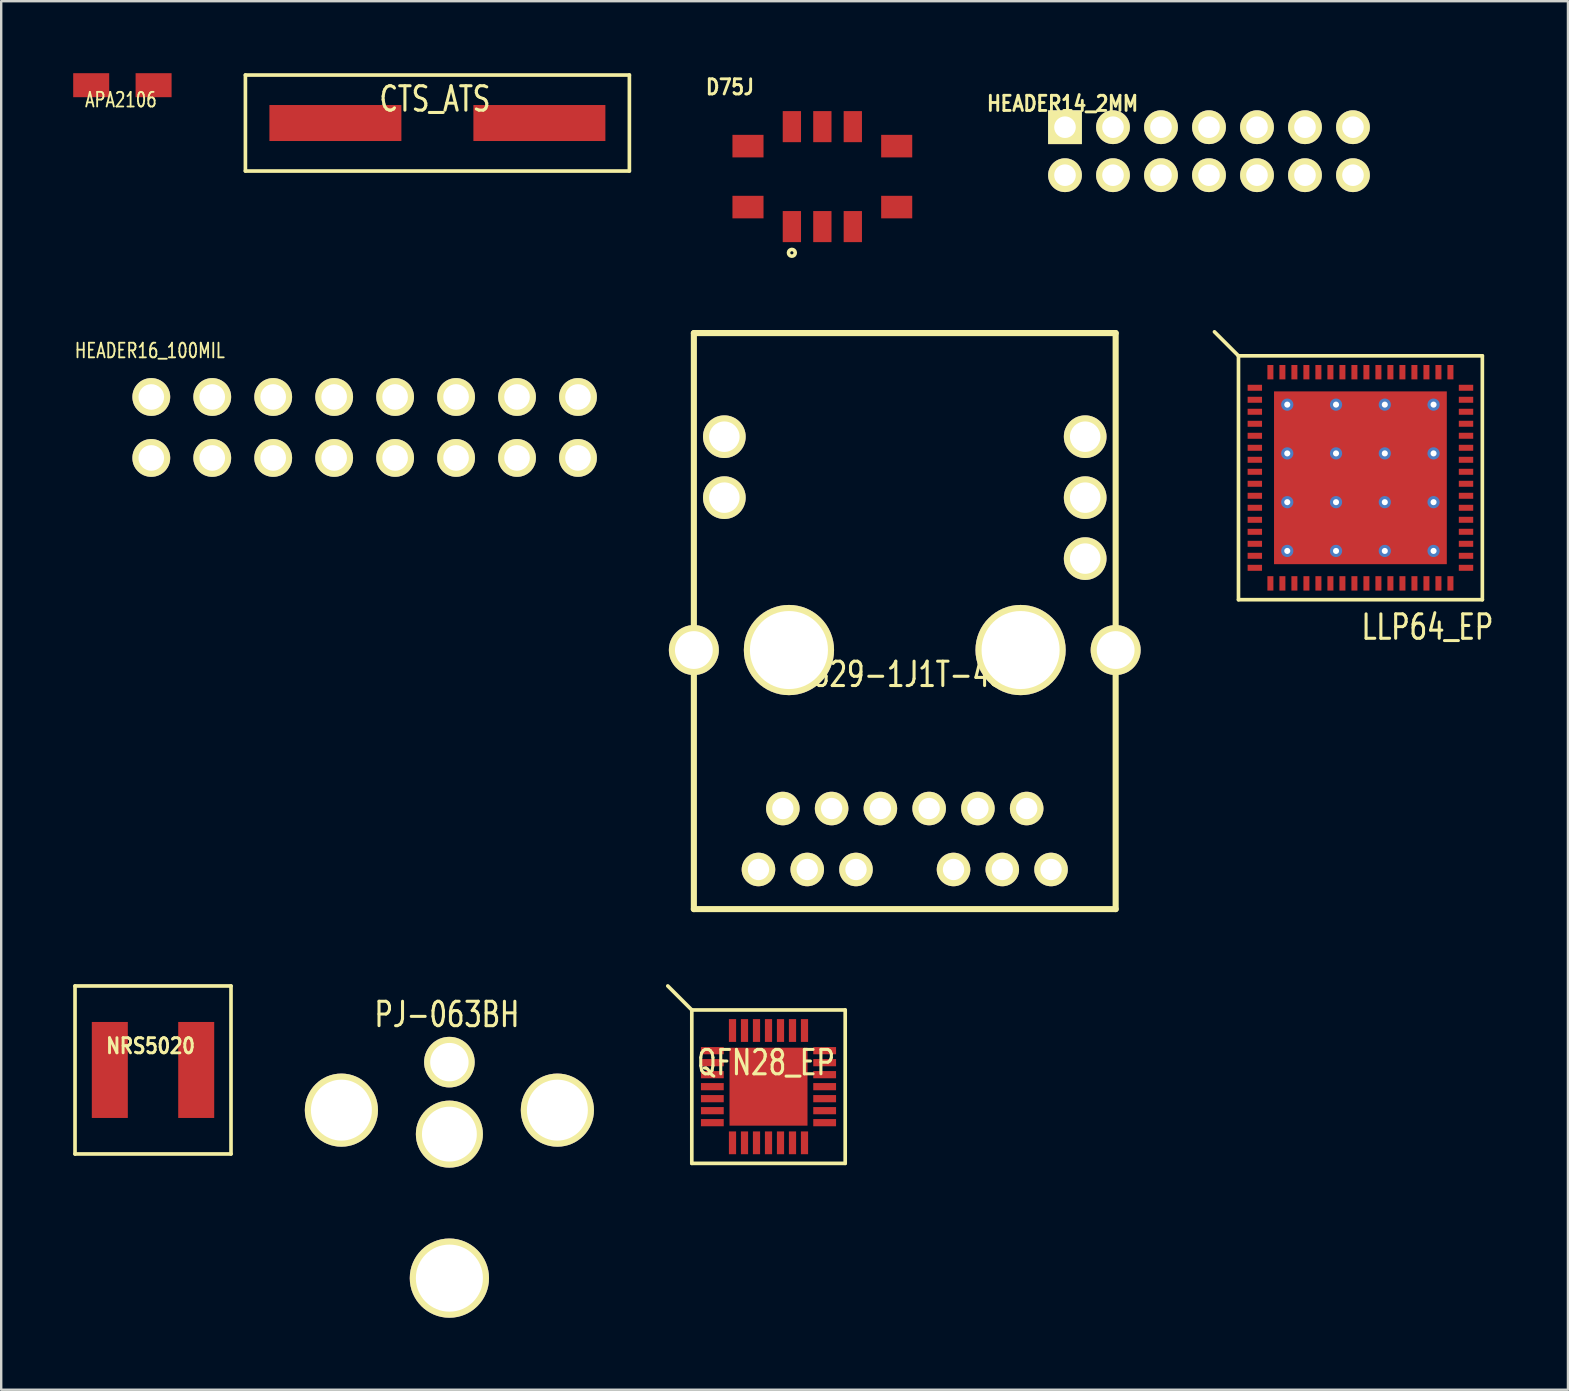
<source format=kicad_pcb>
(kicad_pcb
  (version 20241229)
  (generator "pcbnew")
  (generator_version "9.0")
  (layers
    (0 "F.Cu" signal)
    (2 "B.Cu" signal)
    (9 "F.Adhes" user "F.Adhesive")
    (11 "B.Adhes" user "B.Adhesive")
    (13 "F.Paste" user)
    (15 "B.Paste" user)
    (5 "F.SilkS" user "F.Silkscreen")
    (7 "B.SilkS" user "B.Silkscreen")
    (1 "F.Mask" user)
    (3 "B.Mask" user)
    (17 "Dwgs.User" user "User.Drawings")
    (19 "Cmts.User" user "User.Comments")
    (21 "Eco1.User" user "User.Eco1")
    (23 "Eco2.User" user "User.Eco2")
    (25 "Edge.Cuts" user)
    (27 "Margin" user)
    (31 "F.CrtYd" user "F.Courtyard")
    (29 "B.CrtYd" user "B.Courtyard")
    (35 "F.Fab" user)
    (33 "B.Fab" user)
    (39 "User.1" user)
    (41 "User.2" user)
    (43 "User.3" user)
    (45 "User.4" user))
  (footprint "D75J"
    (layer "F.Cu")
    (at 27.47 1.579)
    (property "Reference" "D75J" (at -0.102 -1 0) (layer "F.SilkS") (effects (font (size 0.63 0.54) (thickness 0.12))))
    (attr through_hole)
    (fp_circle (center 2.477 5.905) (end 2.603 5.969) (stroke (width 0.15) (type solid)) (fill no) (layer "F.SilkS"))
    (pad "1" smd rect (at 2.477 4.813 270) (size 1.295 0.762) (layers "F.Cu" "F.Mask" "F.Paste"))
    (pad "2" smd rect (at 3.747 4.813 270) (size 1.295 0.762) (layers "F.Cu" "F.Mask" "F.Paste"))
    (pad "3" smd rect (at 5.016 4.813 270) (size 1.295 0.762) (layers "F.Cu" "F.Mask" "F.Paste"))
    (pad "4" smd rect (at 6.845 4) (size 1.295 0.94) (layers "F.Cu" "F.Mask" "F.Paste"))
    (pad "5" smd rect (at 6.845 1.46) (size 1.295 0.94) (layers "F.Cu" "F.Mask" "F.Paste"))
    (pad "6" smd rect (at 5.016 0.648 90) (size 1.295 0.762) (layers "F.Cu" "F.Mask" "F.Paste"))
    (pad "7" smd rect (at 3.747 0.648 90) (size 1.295 0.762) (layers "F.Cu" "F.Mask" "F.Paste"))
    (pad "8" smd rect (at 2.477 0.648 90) (size 1.295 0.762) (layers "F.Cu" "F.Mask" "F.Paste"))
    (pad "9" smd rect (at 0.648 1.46) (size 1.295 0.94) (layers "F.Cu" "F.Mask" "F.Paste"))
    (pad "10" smd rect (at 0.648 4) (size 1.295 0.94) (layers "F.Cu" "F.Mask" "F.Paste")))
  (footprint "APA2106"
    (layer "F.Cu")
    (at 2.05 0.5)
    (property "Reference" "APA2106" (at -0.061 0.61 0) (layer "F.SilkS") (effects (font (size 0.61 0.457) (thickness 0.076))))
    (attr through_hole)
    (pad "1" smd rect (at -1.3 0) (size 1.5 1) (layers "F.Cu" "F.Mask" "F.Paste"))
    (pad "2" smd rect (at 1.3 0) (size 1.5 1) (layers "F.Cu" "F.Mask" "F.Paste")))
  (footprint "QFN28_EP"
    (layer "F.Cu")
    (at 28.973 42.231)
    (property "Reference" "QFN28_EP" (at -0.102 -1 0) (layer "F.SilkS") (effects (font (size 1.016 0.762) (thickness 0.127))))
    (attr through_hole)
    (fp_line (start -3.196 -3.196) (end -4.197 -4.197) (stroke (width 0.152) (type solid)) (layer "F.SilkS"))
    (fp_line (start -3.196 -3.196) (end 3.196 -3.196) (stroke (width 0.152) (type solid)) (layer "F.SilkS"))
    (fp_line (start -3.196 3.196) (end -3.196 -3.196) (stroke (width 0.152) (type solid)) (layer "F.SilkS"))
    (fp_line (start 3.196 -3.196) (end 3.196 3.196) (stroke (width 0.152) (type solid)) (layer "F.SilkS"))
    (fp_line (start 3.196 3.196) (end -3.196 3.196) (stroke (width 0.152) (type solid)) (layer "F.SilkS"))
    (pad "1" smd rect (at -2.34 -1.5) (size 0.95 0.3) (layers "F.Cu" "F.Mask" "F.Paste"))
    (pad "2" smd rect (at -2.34 -1) (size 0.95 0.3) (layers "F.Cu" "F.Mask" "F.Paste"))
    (pad "3" smd rect (at -2.34 -0.5) (size 0.95 0.3) (layers "F.Cu" "F.Mask" "F.Paste"))
    (pad "4" smd rect (at -2.34 0) (size 0.95 0.3) (layers "F.Cu" "F.Mask" "F.Paste"))
    (pad "5" smd rect (at -2.34 0.5) (size 0.95 0.3) (layers "F.Cu" "F.Mask" "F.Paste"))
    (pad "6" smd rect (at -2.34 1) (size 0.95 0.3) (layers "F.Cu" "F.Mask" "F.Paste"))
    (pad "7" smd rect (at -2.34 1.5) (size 0.95 0.3) (layers "F.Cu" "F.Mask" "F.Paste"))
    (pad "8" smd rect (at -1.5 2.34 270) (size 0.95 0.3) (layers "F.Cu" "F.Mask" "F.Paste"))
    (pad "9" smd rect (at -1 2.34 270) (size 0.95 0.3) (layers "F.Cu" "F.Mask" "F.Paste"))
    (pad "10" smd rect (at -0.5 2.34 270) (size 0.95 0.3) (layers "F.Cu" "F.Mask" "F.Paste"))
    (pad "11" smd rect (at 0 2.34 270) (size 0.95 0.3) (layers "F.Cu" "F.Mask" "F.Paste"))
    (pad "12" smd rect (at 0.5 2.34 270) (size 0.95 0.3) (layers "F.Cu" "F.Mask" "F.Paste"))
    (pad "13" smd rect (at 1 2.34 270) (size 0.95 0.3) (layers "F.Cu" "F.Mask" "F.Paste"))
    (pad "14" smd rect (at 1.5 2.34 270) (size 0.95 0.3) (layers "F.Cu" "F.Mask" "F.Paste"))
    (pad "15" smd rect (at 2.34 1.5) (size 0.95 0.3) (layers "F.Cu" "F.Mask" "F.Paste"))
    (pad "16" smd rect (at 2.34 1) (size 0.95 0.3) (layers "F.Cu" "F.Mask" "F.Paste"))
    (pad "17" smd rect (at 2.34 0.5) (size 0.95 0.3) (layers "F.Cu" "F.Mask" "F.Paste"))
    (pad "18" smd rect (at 2.34 0) (size 0.95 0.3) (layers "F.Cu" "F.Mask" "F.Paste"))
    (pad "19" smd rect (at 2.34 -0.5) (size 0.95 0.3) (layers "F.Cu" "F.Mask" "F.Paste"))
    (pad "20" smd rect (at 2.34 -1) (size 0.95 0.3) (layers "F.Cu" "F.Mask" "F.Paste"))
    (pad "21" smd rect (at 2.34 -1.5) (size 0.95 0.3) (layers "F.Cu" "F.Mask" "F.Paste"))
    (pad "22" smd rect (at 1.5 -2.34 270) (size 0.95 0.3) (layers "F.Cu" "F.Mask" "F.Paste"))
    (pad "23" smd rect (at 1 -2.34 270) (size 0.95 0.3) (layers "F.Cu" "F.Mask" "F.Paste"))
    (pad "24" smd rect (at 0.5 -2.34 270) (size 0.95 0.3) (layers "F.Cu" "F.Mask" "F.Paste"))
    (pad "25" smd rect (at 0 -2.34 270) (size 0.95 0.3) (layers "F.Cu" "F.Mask" "F.Paste"))
    (pad "26" smd rect (at -0.5 -2.34 270) (size 0.95 0.3) (layers "F.Cu" "F.Mask" "F.Paste"))
    (pad "27" smd rect (at -1 -2.34 270) (size 0.95 0.3) (layers "F.Cu" "F.Mask" "F.Paste"))
    (pad "28" smd rect (at -1.5 -2.34 270) (size 0.95 0.3) (layers "F.Cu" "F.Mask" "F.Paste"))
    (pad "29" smd rect (at 0 0) (size 3.25 3.25) (layers "F.Cu" "F.Mask" "F.Paste"))
    (pad "30" smd rect (at -0.572 -0.572) (size 0.864 0.864) (layers "F.Cu" "F.Mask" "F.Paste"))
    (pad "31" smd rect (at -0.572 0.572) (size 0.864 0.864) (layers "F.Cu" "F.Mask" "F.Paste"))
    (pad "32" smd rect (at 0.572 -0.572) (size 0.864 0.864) (layers "F.Cu" "F.Mask" "F.Paste"))
    (pad "33" smd rect (at 0.572 0.572) (size 0.864 0.864) (layers "F.Cu" "F.Mask" "F.Paste")))
  (footprint "PJ-063BH"
    (layer "F.Cu")
    (at 15.676 38.209)
    (property "Reference" "PJ-063BH" (at -0.102 1.016 0) (layer "F.SilkS") (effects (font (size 1.016 0.762) (thickness 0.127))))
    (attr through_hole)
    (pad "1" thru_hole circle (at 0 12) (size 3.302 3.302) (drill 2.794) (layers "*.Cu" "*.Mask" "F.SilkS"))
    (pad "2" thru_hole circle (at -4.5 5) (size 3.048 3.048) (drill 2.54) (layers "*.Cu" "*.Mask" "F.SilkS"))
    (pad "2" thru_hole circle (at 0 3) (size 2.108 2.108) (drill 1.6) (layers "*.Cu" "*.Mask" "F.SilkS"))
    (pad "2" thru_hole circle (at 0 6) (size 2.794 2.794) (drill 2.286) (layers "*.Cu" "*.Mask" "F.SilkS"))
    (pad "2" thru_hole circle (at 4.5 5) (size 3.048 3.048) (drill 2.54) (layers "*.Cu" "*.Mask" "F.SilkS")))
  (footprint "LLP64_EP"
    (layer "F.Cu")
    (at 53.638 16.859)
    (property "Reference" "LLP64_EP" (at 2.794 6.223 0) (layer "F.SilkS") (effects (font (size 1.016 0.762) (thickness 0.127))))
    (attr through_hole)
    (fp_line (start -5.081 -5.081) (end -6.082 -6.082) (stroke (width 0.152) (type solid)) (layer "F.SilkS"))
    (fp_line (start -5.081 -5.081) (end 5.081 -5.081) (stroke (width 0.152) (type solid)) (layer "F.SilkS"))
    (fp_line (start -5.081 5.081) (end -5.081 -5.081) (stroke (width 0.152) (type solid)) (layer "F.SilkS"))
    (fp_line (start 5.081 -5.081) (end 5.081 5.081) (stroke (width 0.152) (type solid)) (layer "F.SilkS"))
    (fp_line (start 5.081 5.081) (end -5.081 5.081) (stroke (width 0.152) (type solid)) (layer "F.SilkS"))
    (pad "1" smd rect (at -4.4 -3.751) (size 0.6 0.25) (layers "F.Cu" "F.Mask" "F.Paste"))
    (pad "2" smd rect (at -4.4 -3.251) (size 0.6 0.25) (layers "F.Cu" "F.Mask" "F.Paste"))
    (pad "3" smd rect (at -4.4 -2.751) (size 0.6 0.25) (layers "F.Cu" "F.Mask" "F.Paste"))
    (pad "4" smd rect (at -4.4 -2.25) (size 0.6 0.25) (layers "F.Cu" "F.Mask" "F.Paste"))
    (pad "5" smd rect (at -4.4 -1.75) (size 0.6 0.25) (layers "F.Cu" "F.Mask" "F.Paste"))
    (pad "6" smd rect (at -4.4 -1.25) (size 0.6 0.25) (layers "F.Cu" "F.Mask" "F.Paste"))
    (pad "7" smd rect (at -4.4 -0.75) (size 0.6 0.25) (layers "F.Cu" "F.Mask" "F.Paste"))
    (pad "8" smd rect (at -4.4 -0.25) (size 0.6 0.25) (layers "F.Cu" "F.Mask" "F.Paste"))
    (pad "9" smd rect (at -4.4 0.25) (size 0.6 0.25) (layers "F.Cu" "F.Mask" "F.Paste"))
    (pad "10" smd rect (at -4.4 0.75) (size 0.6 0.25) (layers "F.Cu" "F.Mask" "F.Paste"))
    (pad "11" smd rect (at -4.4 1.25) (size 0.6 0.25) (layers "F.Cu" "F.Mask" "F.Paste"))
    (pad "12" smd rect (at -4.4 1.751) (size 0.6 0.25) (layers "F.Cu" "F.Mask" "F.Paste"))
    (pad "13" smd rect (at -4.4 2.251) (size 0.6 0.25) (layers "F.Cu" "F.Mask" "F.Paste"))
    (pad "14" smd rect (at -4.4 2.751) (size 0.6 0.25) (layers "F.Cu" "F.Mask" "F.Paste"))
    (pad "15" smd rect (at -4.4 3.251) (size 0.6 0.25) (layers "F.Cu" "F.Mask" "F.Paste"))
    (pad "16" smd rect (at -4.4 3.751) (size 0.6 0.25) (layers "F.Cu" "F.Mask" "F.Paste"))
    (pad "17" smd rect (at -3.751 4.4 270) (size 0.6 0.25) (layers "F.Cu" "F.Mask" "F.Paste"))
    (pad "18" smd rect (at -3.251 4.4 270) (size 0.6 0.25) (layers "F.Cu" "F.Mask" "F.Paste"))
    (pad "19" smd rect (at -2.751 4.4 270) (size 0.6 0.25) (layers "F.Cu" "F.Mask" "F.Paste"))
    (pad "20" smd rect (at -2.25 4.4 270) (size 0.6 0.25) (layers "F.Cu" "F.Mask" "F.Paste"))
    (pad "21" smd rect (at -1.75 4.4 270) (size 0.6 0.25) (layers "F.Cu" "F.Mask" "F.Paste"))
    (pad "22" smd rect (at -1.25 4.4 270) (size 0.6 0.25) (layers "F.Cu" "F.Mask" "F.Paste"))
    (pad "23" smd rect (at -0.75 4.4 270) (size 0.6 0.25) (layers "F.Cu" "F.Mask" "F.Paste"))
    (pad "24" smd rect (at -0.25 4.4 270) (size 0.6 0.25) (layers "F.Cu" "F.Mask" "F.Paste"))
    (pad "25" smd rect (at 0.25 4.4 270) (size 0.6 0.25) (layers "F.Cu" "F.Mask" "F.Paste"))
    (pad "26" smd rect (at 0.75 4.4 270) (size 0.6 0.25) (layers "F.Cu" "F.Mask" "F.Paste"))
    (pad "27" smd rect (at 1.25 4.4 270) (size 0.6 0.25) (layers "F.Cu" "F.Mask" "F.Paste"))
    (pad "28" smd rect (at 1.751 4.4 270) (size 0.6 0.25) (layers "F.Cu" "F.Mask" "F.Paste"))
    (pad "29" smd rect (at 2.251 4.4 270) (size 0.6 0.25) (layers "F.Cu" "F.Mask" "F.Paste"))
    (pad "30" smd rect (at 2.751 4.4 270) (size 0.6 0.25) (layers "F.Cu" "F.Mask" "F.Paste"))
    (pad "31" smd rect (at 3.251 4.4 270) (size 0.6 0.25) (layers "F.Cu" "F.Mask" "F.Paste"))
    (pad "32" smd rect (at 3.751 4.4 270) (size 0.6 0.25) (layers "F.Cu" "F.Mask" "F.Paste"))
    (pad "33" smd rect (at 4.4 3.751) (size 0.6 0.25) (layers "F.Cu" "F.Mask" "F.Paste"))
    (pad "34" smd rect (at 4.4 3.251) (size 0.6 0.25) (layers "F.Cu" "F.Mask" "F.Paste"))
    (pad "35" smd rect (at 4.4 2.751) (size 0.6 0.25) (layers "F.Cu" "F.Mask" "F.Paste"))
    (pad "36" smd rect (at 4.4 2.25) (size 0.6 0.25) (layers "F.Cu" "F.Mask" "F.Paste"))
    (pad "37" smd rect (at 4.4 1.75) (size 0.6 0.25) (layers "F.Cu" "F.Mask" "F.Paste"))
    (pad "38" smd rect (at 4.4 1.25) (size 0.6 0.25) (layers "F.Cu" "F.Mask" "F.Paste"))
    (pad "39" smd rect (at 4.4 0.75) (size 0.6 0.25) (layers "F.Cu" "F.Mask" "F.Paste"))
    (pad "40" smd rect (at 4.4 0.25) (size 0.6 0.25) (layers "F.Cu" "F.Mask" "F.Paste"))
    (pad "41" smd rect (at 4.4 -0.25) (size 0.6 0.25) (layers "F.Cu" "F.Mask" "F.Paste"))
    (pad "42" smd rect (at 4.4 -0.75) (size 0.6 0.25) (layers "F.Cu" "F.Mask" "F.Paste"))
    (pad "43" smd rect (at 4.4 -1.25) (size 0.6 0.25) (layers "F.Cu" "F.Mask" "F.Paste"))
    (pad "44" smd rect (at 4.4 -1.751) (size 0.6 0.25) (layers "F.Cu" "F.Mask" "F.Paste"))
    (pad "45" smd rect (at 4.4 -2.251) (size 0.6 0.25) (layers "F.Cu" "F.Mask" "F.Paste"))
    (pad "46" smd rect (at 4.4 -2.751) (size 0.6 0.25) (layers "F.Cu" "F.Mask" "F.Paste"))
    (pad "47" smd rect (at 4.4 -3.251) (size 0.6 0.25) (layers "F.Cu" "F.Mask" "F.Paste"))
    (pad "48" smd rect (at 4.4 -3.751) (size 0.6 0.25) (layers "F.Cu" "F.Mask" "F.Paste"))
    (pad "49" smd rect (at 3.751 -4.4 270) (size 0.6 0.25) (layers "F.Cu" "F.Mask" "F.Paste"))
    (pad "50" smd rect (at 3.251 -4.4 270) (size 0.6 0.25) (layers "F.Cu" "F.Mask" "F.Paste"))
    (pad "51" smd rect (at 2.751 -4.4 270) (size 0.6 0.25) (layers "F.Cu" "F.Mask" "F.Paste"))
    (pad "52" smd rect (at 2.25 -4.4 270) (size 0.6 0.25) (layers "F.Cu" "F.Mask" "F.Paste"))
    (pad "53" smd rect (at 1.75 -4.4 270) (size 0.6 0.25) (layers "F.Cu" "F.Mask" "F.Paste"))
    (pad "54" smd rect (at 1.25 -4.4 270) (size 0.6 0.25) (layers "F.Cu" "F.Mask" "F.Paste"))
    (pad "55" smd rect (at 0.75 -4.4 270) (size 0.6 0.25) (layers "F.Cu" "F.Mask" "F.Paste"))
    (pad "56" smd rect (at 0.25 -4.4 270) (size 0.6 0.25) (layers "F.Cu" "F.Mask" "F.Paste"))
    (pad "57" smd rect (at -0.25 -4.4 270) (size 0.6 0.25) (layers "F.Cu" "F.Mask" "F.Paste"))
    (pad "58" smd rect (at -0.75 -4.4 270) (size 0.6 0.25) (layers "F.Cu" "F.Mask" "F.Paste"))
    (pad "59" smd rect (at -1.25 -4.4 270) (size 0.6 0.25) (layers "F.Cu" "F.Mask" "F.Paste"))
    (pad "60" smd rect (at -1.751 -4.4 270) (size 0.6 0.25) (layers "F.Cu" "F.Mask" "F.Paste"))
    (pad "61" smd rect (at -2.251 -4.4 270) (size 0.6 0.25) (layers "F.Cu" "F.Mask" "F.Paste"))
    (pad "62" smd rect (at -2.751 -4.4 270) (size 0.6 0.25) (layers "F.Cu" "F.Mask" "F.Paste"))
    (pad "63" smd rect (at -3.251 -4.4 270) (size 0.6 0.25) (layers "F.Cu" "F.Mask" "F.Paste"))
    (pad "64" smd rect (at -3.751 -4.4 270) (size 0.6 0.25) (layers "F.Cu" "F.Mask" "F.Paste"))
    (pad "65" thru_hole circle (at -3.048 -3.048) (size 0.508 0.508) (drill 0.254) (layers "*.Cu"))
    (pad "65" thru_hole circle (at -3.048 -1.016) (size 0.508 0.508) (drill 0.254) (layers "*.Cu"))
    (pad "65" thru_hole circle (at -3.048 1.016) (size 0.508 0.508) (drill 0.254) (layers "*.Cu"))
    (pad "65" thru_hole circle (at -3.048 3.048) (size 0.508 0.508) (drill 0.254) (layers "*.Cu"))
    (pad "65" smd rect (at -1.981 -1.981) (size 1.524 1.524) (layers "F.Cu" "F.Mask" "F.Paste"))
    (pad "65" smd rect (at -1.981 0) (size 1.524 1.524) (layers "F.Cu" "F.Mask" "F.Paste"))
    (pad "65" smd rect (at -1.981 1.981) (size 1.524 1.524) (layers "F.Cu" "F.Mask" "F.Paste"))
    (pad "65" thru_hole circle (at -1.016 -3.048) (size 0.508 0.508) (drill 0.254) (layers "*.Cu"))
    (pad "65" thru_hole circle (at -1.016 -1.016) (size 0.508 0.508) (drill 0.254) (layers "*.Cu"))
    (pad "65" thru_hole circle (at -1.016 1.016) (size 0.508 0.508) (drill 0.254) (layers "*.Cu"))
    (pad "65" thru_hole circle (at -1.016 3.048) (size 0.508 0.508) (drill 0.254) (layers "*.Cu"))
    (pad "65" smd rect (at 0 -1.981) (size 1.524 1.524) (layers "F.Cu" "F.Mask" "F.Paste"))
    (pad "65" smd rect (at 0 0) (size 1.524 1.524) (layers "F.Cu" "F.Mask" "F.Paste"))
    (pad "65" smd rect (at 0 0) (size 7.2 7.2) (layers "F.Cu" "F.Mask"))
    (pad "65" smd rect (at 0 1.981) (size 1.524 1.524) (layers "F.Cu" "F.Mask" "F.Paste"))
    (pad "65" thru_hole circle (at 1.016 -3.048) (size 0.508 0.508) (drill 0.254) (layers "*.Cu"))
    (pad "65" thru_hole circle (at 1.016 -1.016) (size 0.508 0.508) (drill 0.254) (layers "*.Cu"))
    (pad "65" thru_hole circle (at 1.016 1.016) (size 0.508 0.508) (drill 0.254) (layers "*.Cu"))
    (pad "65" thru_hole circle (at 1.016 3.048) (size 0.508 0.508) (drill 0.254) (layers "*.Cu"))
    (pad "65" smd rect (at 1.981 -1.981) (size 1.524 1.524) (layers "F.Cu" "F.Mask" "F.Paste"))
    (pad "65" smd rect (at 1.981 0) (size 1.524 1.524) (layers "F.Cu" "F.Mask" "F.Paste"))
    (pad "65" smd rect (at 1.981 1.981) (size 1.524 1.524) (layers "F.Cu" "F.Mask" "F.Paste"))
    (pad "65" thru_hole circle (at 3.048 -3.048) (size 0.508 0.508) (drill 0.254) (layers "*.Cu"))
    (pad "65" thru_hole circle (at 3.048 -1.016) (size 0.508 0.508) (drill 0.254) (layers "*.Cu"))
    (pad "65" thru_hole circle (at 3.048 1.016) (size 0.508 0.508) (drill 0.254) (layers "*.Cu"))
    (pad "65" thru_hole circle (at 3.048 3.048) (size 0.508 0.508) (drill 0.254) (layers "*.Cu")))
  (footprint "L829-1J1T-43"
    (layer "F.Cu")
    (at 34.651 24.037)
    (property "Reference" "L829-1J1T-43" (at -0.102 1.016 0) (layer "F.SilkS") (effects (font (size 1.016 0.762) (thickness 0.127))))
    (attr through_hole)
    (fp_line (start -8.788 -13.208) (end -8.788 10.795) (stroke (width 0.254) (type solid)) (layer "F.SilkS"))
    (fp_line (start -8.788 10.795) (end 8.788 10.795) (stroke (width 0.254) (type solid)) (layer "F.SilkS"))
    (fp_line (start 8.788 -13.208) (end -8.788 -13.208) (stroke (width 0.254) (type solid)) (layer "F.SilkS"))
    (fp_line (start 8.788 10.795) (end 8.788 -13.208) (stroke (width 0.254) (type solid)) (layer "F.SilkS"))
    (pad "1" thru_hole circle (at -5.08 6.604) (size 1.397 1.397) (drill 0.889) (layers "*.Cu" "*.Mask" "F.SilkS"))
    (pad "2" thru_hole circle (at -3.048 6.604) (size 1.397 1.397) (drill 0.889) (layers "*.Cu" "*.Mask" "F.SilkS"))
    (pad "3" thru_hole circle (at -1.016 6.604) (size 1.397 1.397) (drill 0.889) (layers "*.Cu" "*.Mask" "F.SilkS"))
    (pad "4" thru_hole circle (at 1.016 6.604) (size 1.397 1.397) (drill 0.889) (layers "*.Cu" "*.Mask" "F.SilkS"))
    (pad "5" thru_hole circle (at 3.048 6.604) (size 1.397 1.397) (drill 0.889) (layers "*.Cu" "*.Mask" "F.SilkS"))
    (pad "6" thru_hole circle (at 5.08 6.604) (size 1.397 1.397) (drill 0.889) (layers "*.Cu" "*.Mask" "F.SilkS"))
    (pad "7" thru_hole circle (at -6.096 9.144) (size 1.397 1.397) (drill 0.889) (layers "*.Cu" "*.Mask" "F.SilkS"))
    (pad "8" thru_hole circle (at -4.064 9.144) (size 1.397 1.397) (drill 0.889) (layers "*.Cu" "*.Mask" "F.SilkS"))
    (pad "9" thru_hole circle (at -2.032 9.144) (size 1.397 1.397) (drill 0.889) (layers "*.Cu" "*.Mask" "F.SilkS"))
    (pad "10" thru_hole circle (at 2.032 9.144) (size 1.397 1.397) (drill 0.889) (layers "*.Cu" "*.Mask" "F.SilkS"))
    (pad "11" thru_hole circle (at 4.064 9.144) (size 1.397 1.397) (drill 0.889) (layers "*.Cu" "*.Mask" "F.SilkS"))
    (pad "12" thru_hole circle (at 6.096 9.144) (size 1.397 1.397) (drill 0.889) (layers "*.Cu" "*.Mask" "F.SilkS"))
    (pad "13" thru_hole circle (at -7.518 -6.35) (size 1.778 1.778) (drill 1.27) (layers "*.Cu" "*.Mask" "F.SilkS"))
    (pad "14" thru_hole circle (at -7.518 -8.89) (size 1.778 1.778) (drill 1.27) (layers "*.Cu" "*.Mask" "F.SilkS"))
    (pad "15" thru_hole circle (at 7.518 -3.81) (size 1.778 1.778) (drill 1.27) (layers "*.Cu" "*.Mask" "F.SilkS"))
    (pad "16" thru_hole circle (at 7.518 -6.35) (size 1.778 1.778) (drill 1.27) (layers "*.Cu" "*.Mask" "F.SilkS"))
    (pad "17" thru_hole circle (at 7.518 -8.89) (size 1.778 1.778) (drill 1.27) (layers "*.Cu" "*.Mask" "F.SilkS"))
    (pad "18" thru_hole circle (at -8.788 0) (size 2.083 2.083) (drill 1.575) (layers "*.Cu" "*.Mask" "F.SilkS"))
    (pad "19" thru_hole circle (at 8.788 0) (size 2.083 2.083) (drill 1.575) (layers "*.Cu" "*.Mask" "F.SilkS"))
    (pad "20" thru_hole circle (at -4.826 0) (size 3.759 3.759) (drill 3.251) (layers "*.Cu" "*.Mask" "F.SilkS"))
    (pad "21" thru_hole circle (at 4.826 0) (size 3.759 3.759) (drill 3.251) (layers "*.Cu" "*.Mask" "F.SilkS")))
  (footprint "HEADER16_100MIL"
    (layer "F.Cu")
    (at 3.254 10.952)
    (property "Reference" "HEADER16_100MIL" (at -0.061 0.61 0) (layer "F.SilkS") (effects (font (size 0.61 0.457) (thickness 0.076))))
    (attr through_hole)
    (pad "1" thru_hole circle (at 0 5.08) (size 1.575 1.575) (drill 1.067) (layers "*.Cu" "*.Mask" "F.SilkS"))
    (pad "2" thru_hole circle (at 0 2.54) (size 1.575 1.575) (drill 1.067) (layers "*.Cu" "*.Mask" "F.SilkS"))
    (pad "3" thru_hole circle (at 2.54 5.08) (size 1.575 1.575) (drill 1.067) (layers "*.Cu" "*.Mask" "F.SilkS"))
    (pad "4" thru_hole circle (at 2.54 2.54) (size 1.575 1.575) (drill 1.067) (layers "*.Cu" "*.Mask" "F.SilkS"))
    (pad "5" thru_hole circle (at 5.08 5.08) (size 1.575 1.575) (drill 1.067) (layers "*.Cu" "*.Mask" "F.SilkS"))
    (pad "6" thru_hole circle (at 5.08 2.54) (size 1.575 1.575) (drill 1.067) (layers "*.Cu" "*.Mask" "F.SilkS"))
    (pad "7" thru_hole circle (at 7.62 5.08) (size 1.575 1.575) (drill 1.067) (layers "*.Cu" "*.Mask" "F.SilkS"))
    (pad "8" thru_hole circle (at 7.62 2.54) (size 1.575 1.575) (drill 1.067) (layers "*.Cu" "*.Mask" "F.SilkS"))
    (pad "9" thru_hole circle (at 10.16 5.08) (size 1.575 1.575) (drill 1.067) (layers "*.Cu" "*.Mask" "F.SilkS"))
    (pad "10" thru_hole circle (at 10.16 2.54) (size 1.575 1.575) (drill 1.067) (layers "*.Cu" "*.Mask" "F.SilkS"))
    (pad "11" thru_hole circle (at 12.7 5.08) (size 1.575 1.575) (drill 1.067) (layers "*.Cu" "*.Mask" "F.SilkS"))
    (pad "12" thru_hole circle (at 12.7 2.54) (size 1.575 1.575) (drill 1.067) (layers "*.Cu" "*.Mask" "F.SilkS"))
    (pad "13" thru_hole circle (at 15.24 5.08) (size 1.575 1.575) (drill 1.067) (layers "*.Cu" "*.Mask" "F.SilkS"))
    (pad "14" thru_hole circle (at 15.24 2.54) (size 1.575 1.575) (drill 1.067) (layers "*.Cu" "*.Mask" "F.SilkS"))
    (pad "15" thru_hole circle (at 17.78 5.08) (size 1.575 1.575) (drill 1.067) (layers "*.Cu" "*.Mask" "F.SilkS"))
    (pad "16" thru_hole circle (at 17.78 2.54) (size 1.575 1.575) (drill 1.067) (layers "*.Cu" "*.Mask" "F.SilkS")))
  (footprint "HEADER14_2MM"
    (layer "F.Cu")
    (at 41.328 0.25)
    (property "Reference" "HEADER14_2MM" (at -0.102 1.016 0) (layer "F.SilkS") (effects (font (size 0.63 0.54) (thickness 0.12))))
    (attr through_hole)
    (pad "1" thru_hole circle (at 0 4) (size 1.408 1.408) (drill 0.9) (layers "*.Cu" "*.Mask" "F.SilkS"))
    (pad "2" thru_hole rect (at 0 2) (size 1.408 1.408) (drill 0.9) (layers "*.Cu" "*.Mask" "F.SilkS"))
    (pad "3" thru_hole circle (at 2 4) (size 1.408 1.408) (drill 0.9) (layers "*.Cu" "*.Mask" "F.SilkS"))
    (pad "4" thru_hole circle (at 2 2) (size 1.408 1.408) (drill 0.9) (layers "*.Cu" "*.Mask" "F.SilkS"))
    (pad "5" thru_hole circle (at 4 4) (size 1.408 1.408) (drill 0.9) (layers "*.Cu" "*.Mask" "F.SilkS"))
    (pad "6" thru_hole circle (at 4 2) (size 1.408 1.408) (drill 0.9) (layers "*.Cu" "*.Mask" "F.SilkS"))
    (pad "7" thru_hole circle (at 6 4) (size 1.408 1.408) (drill 0.9) (layers "*.Cu" "*.Mask" "F.SilkS"))
    (pad "8" thru_hole circle (at 6 2) (size 1.408 1.408) (drill 0.9) (layers "*.Cu" "*.Mask" "F.SilkS"))
    (pad "9" thru_hole circle (at 8 4) (size 1.408 1.408) (drill 0.9) (layers "*.Cu" "*.Mask" "F.SilkS"))
    (pad "10" thru_hole circle (at 8 2) (size 1.408 1.408) (drill 0.9) (layers "*.Cu" "*.Mask" "F.SilkS"))
    (pad "11" thru_hole circle (at 10 4) (size 1.408 1.408) (drill 0.9) (layers "*.Cu" "*.Mask" "F.SilkS"))
    (pad "12" thru_hole circle (at 10 2) (size 1.408 1.408) (drill 0.9) (layers "*.Cu" "*.Mask" "F.SilkS"))
    (pad "13" thru_hole circle (at 12 4) (size 1.408 1.408) (drill 0.9) (layers "*.Cu" "*.Mask" "F.SilkS"))
    (pad "14" thru_hole circle (at 12 2) (size 1.408 1.408) (drill 0.9) (layers "*.Cu" "*.Mask" "F.SilkS")))
  (footprint "CTS_ATS"
    (layer "F.Cu")
    (at 15.176 2.076)
    (property "Reference" "CTS_ATS" (at -0.102 -1 0) (layer "F.SilkS") (effects (font (size 1.016 0.762) (thickness 0.127))))
    (attr through_hole)
    (fp_line (start -8 -2) (end 8 -2) (stroke (width 0.152) (type solid)) (layer "F.SilkS"))
    (fp_line (start -8 2) (end -8 -2) (stroke (width 0.152) (type solid)) (layer "F.SilkS"))
    (fp_line (start 8 -2) (end 8 2) (stroke (width 0.152) (type solid)) (layer "F.SilkS"))
    (fp_line (start 8 2) (end -8 2) (stroke (width 0.152) (type solid)) (layer "F.SilkS"))
    (pad "1" smd rect (at -4.25 0) (size 5.5 1.5) (layers "F.Cu" "F.Mask" "F.Paste"))
    (pad "2" smd rect (at 4.25 0) (size 5.5 1.5) (layers "F.Cu" "F.Mask" "F.Paste")))
  (footprint "NRS5020"
    (layer "F.Cu")
    (at 3.326 41.535)
    (property "Reference" "NRS5020" (at -0.102 -1 0) (layer "F.SilkS") (effects (font (size 0.63 0.54) (thickness 0.12))))
    (attr through_hole)
    (fp_line (start -3.25 -3.5) (end 3.25 -3.5) (stroke (width 0.152) (type solid)) (layer "F.SilkS"))
    (fp_line (start -3.25 3.5) (end -3.25 -3.5) (stroke (width 0.152) (type solid)) (layer "F.SilkS"))
    (fp_line (start 3.25 -3.5) (end 3.25 3.5) (stroke (width 0.152) (type solid)) (layer "F.SilkS"))
    (fp_line (start 3.25 3.5) (end -3.25 3.5) (stroke (width 0.152) (type solid)) (layer "F.SilkS"))
    (pad "1" smd rect (at -1.8 0 270) (size 4 1.5) (layers "F.Cu" "F.Mask" "F.Paste"))
    (pad "2" smd rect (at 1.8 0 270) (size 4 1.5) (layers "F.Cu" "F.Mask" "F.Paste")))
  (gr_rect
    (start -3 -3)
    (end 62.286 54.86)
    (stroke (width 0.1) (type default))
    (fill no)
    (layer "Edge.Cuts")))
</source>
